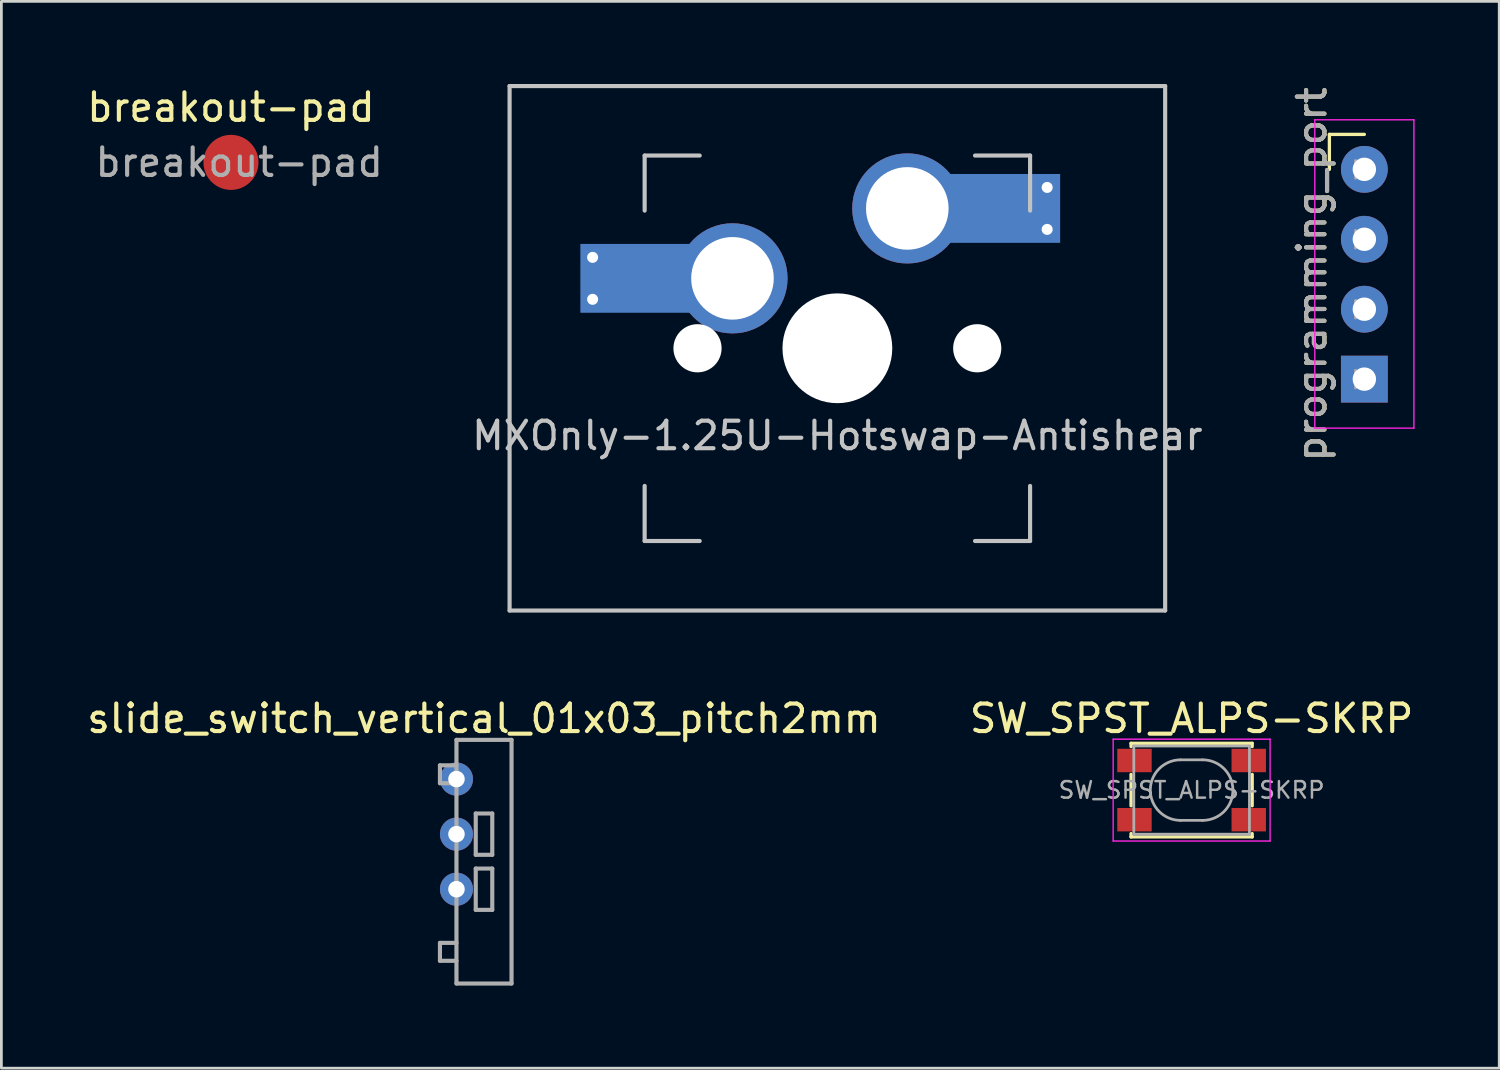
<source format=kicad_pcb>
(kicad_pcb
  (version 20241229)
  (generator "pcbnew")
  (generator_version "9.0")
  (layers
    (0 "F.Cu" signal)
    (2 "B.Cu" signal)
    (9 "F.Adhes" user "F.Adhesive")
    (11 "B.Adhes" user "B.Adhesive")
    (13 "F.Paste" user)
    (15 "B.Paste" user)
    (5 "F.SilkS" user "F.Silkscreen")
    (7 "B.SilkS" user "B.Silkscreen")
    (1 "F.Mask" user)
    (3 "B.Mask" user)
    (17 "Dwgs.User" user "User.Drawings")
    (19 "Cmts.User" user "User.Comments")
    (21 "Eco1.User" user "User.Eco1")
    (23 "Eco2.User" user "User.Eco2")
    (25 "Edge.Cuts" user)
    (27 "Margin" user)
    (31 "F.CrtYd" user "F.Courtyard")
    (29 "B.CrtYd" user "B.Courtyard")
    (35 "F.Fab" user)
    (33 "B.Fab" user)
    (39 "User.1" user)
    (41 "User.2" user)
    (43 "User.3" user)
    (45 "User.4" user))
  (footprint "breakout-pad"
    (layer "F.Cu")
    (at 5.339 2.848)
    (property "Reference" "breakout-pad" (at 0 -2 0) (layer "F.SilkS") (effects (font (size 1 1) (thickness 0.15))))
    (attr exclude_from_pos_files exclude_from_bom)
    (fp_text user "${REFERENCE}" (at 0.3 0 0) (layer "F.Fab") (effects (font (size 1 1) (thickness 0.15))))
    (pad "1" smd circle (at 0 0) (size 2 2) (layers "F.Cu" "F.Mask")))
  (footprint "programming_port"
    (layer "F.Cu")
    (at 46.506 3.101)
    (property "Reference" "programming_port" (at -1.905 3.81 270) (layer "F.SilkS") (effects (font (size 1 1) (thickness 0.15))))
    (attr through_hole)
    (fp_line (start -1.27 -1.27) (end 0 -1.27) (stroke (width 0.12) (type solid)) (layer "F.SilkS"))
    (fp_line (start -1.27 0) (end -1.27 -1.27) (stroke (width 0.12) (type solid)) (layer "F.SilkS"))
    (fp_line (start -1.8 -1.8) (end -1.8 9.4) (stroke (width 0.05) (type solid)) (layer "F.CrtYd"))
    (fp_line (start -1.8 9.4) (end 1.8 9.4) (stroke (width 0.05) (type solid)) (layer "F.CrtYd"))
    (fp_line (start 1.8 -1.8) (end -1.8 -1.8) (stroke (width 0.05) (type solid)) (layer "F.CrtYd"))
    (fp_line (start 1.8 9.4) (end 1.8 -1.8) (stroke (width 0.05) (type solid)) (layer "F.CrtYd"))
    (fp_line (start -0.32 -0.32) (end -0.32 0.32) (stroke (width 0.1) (type solid)) (layer "F.Fab"))
    (fp_line (start -0.32 2.22) (end -0.32 2.86) (stroke (width 0.1) (type solid)) (layer "F.Fab"))
    (fp_line (start -0.32 4.76) (end -0.32 5.4) (stroke (width 0.1) (type solid)) (layer "F.Fab"))
    (fp_line (start -0.32 7.3) (end -0.32 7.94) (stroke (width 0.1) (type solid)) (layer "F.Fab"))
    (fp_text user "${REFERENCE}" (at -1.905 3.81 90) (layer "F.Fab") (effects (font (size 1 1) (thickness 0.15))))
    (pad "1" thru_hole rect (at 0 7.62) (size 1.7 1.7) (drill 0.85) (layers "*.Cu" "*.Mask"))
    (pad "2" thru_hole oval (at 0 5.08) (size 1.7 1.7) (drill 0.85) (layers "*.Cu" "*.Mask"))
    (pad "3" thru_hole oval (at 0 2.54) (size 1.7 1.7) (drill 0.85) (layers "*.Cu" "*.Mask"))
    (pad "4" thru_hole circle (at 0 0) (size 1.7 1.7) (drill 0.85) (layers "*.Cu" "*.Mask")))
  (footprint "slide_switch_vertical_01x03_pitch2mm"
    (layer "F.Cu")
    (at 13.53 25.248)
    (property "Reference" "slide_switch_vertical_01x03_pitch2mm" (at 1 -2.2 180) (layer "F.SilkS") (effects (font (size 1 1) (thickness 0.15))))
    (attr through_hole)
    (fp_line (start -0.6 -0.5) (end -0.6 0.15) (stroke (width 0.15) (type solid)) (layer "F.Fab"))
    (fp_line (start -0.6 0.15) (end 0 0.15) (stroke (width 0.15) (type solid)) (layer "F.Fab"))
    (fp_line (start -0.6 5.95) (end -0.6 6.6) (stroke (width 0.15) (type solid)) (layer "F.Fab"))
    (fp_line (start -0.6 6.6) (end 0 6.6) (stroke (width 0.15) (type solid)) (layer "F.Fab"))
    (fp_line (start 0 -1.425) (end 2 -1.425) (stroke (width 0.15) (type solid)) (layer "F.Fab"))
    (fp_line (start 0 -0.5) (end -0.6 -0.5) (stroke (width 0.15) (type solid)) (layer "F.Fab"))
    (fp_line (start 0 5.95) (end -0.6 5.95) (stroke (width 0.15) (type solid)) (layer "F.Fab"))
    (fp_line (start 0 7.425) (end 0 -1.425) (stroke (width 0.15) (type solid)) (layer "F.Fab"))
    (fp_line (start 0 7.425) (end 2 7.425) (stroke (width 0.15) (type solid)) (layer "F.Fab"))
    (fp_line (start 0.7 1.25) (end 0.7 2.75) (stroke (width 0.15) (type solid)) (layer "F.Fab"))
    (fp_line (start 0.7 1.25) (end 1.3 1.25) (stroke (width 0.15) (type solid)) (layer "F.Fab"))
    (fp_line (start 0.7 2.75) (end 1.3 2.75) (stroke (width 0.15) (type solid)) (layer "F.Fab"))
    (fp_line (start 0.7 3.25) (end 0.7 4.75) (stroke (width 0.15) (type solid)) (layer "F.Fab"))
    (fp_line (start 0.7 3.25) (end 1.3 3.25) (stroke (width 0.15) (type solid)) (layer "F.Fab"))
    (fp_line (start 0.7 4.75) (end 1.3 4.75) (stroke (width 0.15) (type solid)) (layer "F.Fab"))
    (fp_line (start 1.3 1.25) (end 1.3 2.75) (stroke (width 0.15) (type solid)) (layer "F.Fab"))
    (fp_line (start 1.3 3.25) (end 1.3 4.75) (stroke (width 0.15) (type solid)) (layer "F.Fab"))
    (fp_line (start 2 -1.425) (end 2 7.425) (stroke (width 0.15) (type solid)) (layer "F.Fab"))
    (pad "1" thru_hole circle (at 0 0) (size 1.2 1.2) (drill 0.6) (layers "*.Cu" "*.Mask"))
    (pad "2" thru_hole circle (at 0 4) (size 1.2 1.2) (drill 0.6) (layers "*.Cu" "*.Mask"))
    (pad "3" thru_hole circle (at 0 2) (size 1.2 1.2) (drill 0.6) (layers "*.Cu" "*.Mask")))
  (footprint "MXOnly-1.25U-Hotswap-Antishear"
    (layer "F.Cu")
    (at 27.365 9.6)
    (property "Reference" "MXOnly-1.25U-Hotswap-Antishear" (at 0 3.175 180) (layer "Dwgs.User") (effects (font (size 1 1) (thickness 0.15))))
    (attr through_hole)
    (fp_line (start -11.906 -9.525) (end 11.906 -9.525) (stroke (width 0.15) (type solid)) (layer "Dwgs.User"))
    (fp_line (start -11.906 9.525) (end -11.906 -9.525) (stroke (width 0.15) (type solid)) (layer "Dwgs.User"))
    (fp_line (start -7 -7) (end -7 -5) (stroke (width 0.15) (type solid)) (layer "Dwgs.User"))
    (fp_line (start -7 5) (end -7 7) (stroke (width 0.15) (type solid)) (layer "Dwgs.User"))
    (fp_line (start -7 7) (end -5 7) (stroke (width 0.15) (type solid)) (layer "Dwgs.User"))
    (fp_line (start -5 -7) (end -7 -7) (stroke (width 0.15) (type solid)) (layer "Dwgs.User"))
    (fp_line (start 5 -7) (end 7 -7) (stroke (width 0.15) (type solid)) (layer "Dwgs.User"))
    (fp_line (start 5 7) (end 7 7) (stroke (width 0.15) (type solid)) (layer "Dwgs.User"))
    (fp_line (start 7 -7) (end 7 -5) (stroke (width 0.15) (type solid)) (layer "Dwgs.User"))
    (fp_line (start 7 7) (end 7 5) (stroke (width 0.15) (type solid)) (layer "Dwgs.User"))
    (fp_line (start 11.906 -9.525) (end 11.906 9.525) (stroke (width 0.15) (type solid)) (layer "Dwgs.User"))
    (fp_line (start 11.906 9.525) (end -11.906 9.525) (stroke (width 0.15) (type solid)) (layer "Dwgs.User"))
    (pad "" smd rect (at -7.085 -2.54) (size 2.55 2.5) (layers "B.Mask" "B.Paste"))
    (pad "" np_thru_hole circle (at -5.08 0 48.1) (size 1.75 1.75) (drill 1.75) (layers "*.Cu" "*.Mask"))
    (pad "" np_thru_hole circle (at 0 0) (size 3.988 3.988) (drill 3.988) (layers "*.Cu" "*.Mask"))
    (pad "" np_thru_hole circle (at 5.08 0 48.1) (size 1.75 1.75) (drill 1.75) (layers "*.Cu" "*.Mask"))
    (pad "" smd rect (at 5.815 -5.08) (size 2.55 2.5) (layers "B.Mask" "B.Paste"))
    (pad "1" thru_hole circle (at -8.89 -3.302) (size 0.8 0.8) (drill 0.4) (layers "*.Cu"))
    (pad "1" thru_hole circle (at -8.89 -1.778) (size 0.8 0.8) (drill 0.4) (layers "*.Cu"))
    (pad "1" smd rect (at -7.085 -2.54) (size 4.5 2.5) (layers "B.Cu"))
    (pad "1" thru_hole circle (at -3.81 -2.54) (size 4 4) (drill 3) (layers "*.Cu"))
    (pad "2" thru_hole circle (at 2.54 -5.08) (size 4 4) (drill 3) (layers "*.Cu"))
    (pad "2" smd rect (at 5.842 -5.08) (size 4.5 2.5) (layers "B.Cu"))
    (pad "2" thru_hole circle (at 7.62 -5.842) (size 0.8 0.8) (drill 0.4) (layers "*.Cu"))
    (pad "2" thru_hole circle (at 7.62 -4.318) (size 0.8 0.8) (drill 0.4) (layers "*.Cu")))
  (footprint "SW_SPST_ALPS-SKRP"
    (layer "F.Cu")
    (at 40.232 25.648)
    (property "Reference" "SW_SPST_ALPS-SKRP" (at 0 -2.6 0) (layer "F.SilkS") (effects (font (size 1 1) (thickness 0.15))))
    (attr smd)
    (fp_line (start -2.2 -1.7) (end -2.2 -1.58) (stroke (width 0.12) (type solid)) (layer "F.SilkS"))
    (fp_line (start -2.2 -0.57) (end -2.2 0.57) (stroke (width 0.12) (type solid)) (layer "F.SilkS"))
    (fp_line (start -2.2 1.58) (end -2.2 1.7) (stroke (width 0.12) (type solid)) (layer "F.SilkS"))
    (fp_line (start -2.2 1.7) (end 2.2 1.7) (stroke (width 0.12) (type solid)) (layer "F.SilkS"))
    (fp_line (start 2.2 -1.7) (end -2.2 -1.7) (stroke (width 0.12) (type solid)) (layer "F.SilkS"))
    (fp_line (start 2.2 -1.58) (end 2.2 -1.7) (stroke (width 0.12) (type solid)) (layer "F.SilkS"))
    (fp_line (start 2.2 0.57) (end 2.2 -0.57) (stroke (width 0.12) (type solid)) (layer "F.SilkS"))
    (fp_line (start 2.2 1.7) (end 2.2 1.58) (stroke (width 0.12) (type solid)) (layer "F.SilkS"))
    (fp_line (start -2.85 -1.85) (end 2.85 -1.85) (stroke (width 0.05) (type solid)) (layer "F.CrtYd"))
    (fp_line (start -2.85 1.85) (end -2.85 -1.85) (stroke (width 0.05) (type solid)) (layer "F.CrtYd"))
    (fp_line (start 2.85 -1.85) (end 2.85 1.85) (stroke (width 0.05) (type solid)) (layer "F.CrtYd"))
    (fp_line (start 2.85 1.85) (end -2.85 1.85) (stroke (width 0.05) (type solid)) (layer "F.CrtYd"))
    (fp_line (start -2.1 -1.6) (end -2.1 1.6) (stroke (width 0.1) (type solid)) (layer "F.Fab"))
    (fp_line (start -2.1 1.6) (end 2.1 1.6) (stroke (width 0.1) (type solid)) (layer "F.Fab"))
    (fp_line (start -0.4 -1.1) (end 0.4 -1.1) (stroke (width 0.1) (type solid)) (layer "F.Fab"))
    (fp_line (start 0.4 1.1) (end -0.4 1.1) (stroke (width 0.1) (type solid)) (layer "F.Fab"))
    (fp_line (start 2.1 -1.6) (end -2.1 -1.6) (stroke (width 0.1) (type solid)) (layer "F.Fab"))
    (fp_line (start 2.1 1.6) (end 2.1 -1.6) (stroke (width 0.1) (type solid)) (layer "F.Fab"))
    (fp_arc (start -0.4 1.1) (mid -1.5 0) (end -0.4 -1.1) (stroke (width 0.1) (type solid)) (layer "F.Fab"))
    (fp_arc (start 0.4 -1.1) (mid 1.5 0) (end 0.4 1.1) (stroke (width 0.1) (type solid)) (layer "F.Fab"))
    (fp_text user "${REFERENCE}" (at 0 0 0) (layer "F.Fab") (effects (font (size 0.6 0.6) (thickness 0.09))))
    (pad "1" smd rect (at -2.075 -1.075) (size 1.25 0.85) (layers "F.Cu" "F.Mask" "F.Paste"))
    (pad "1" smd rect (at 2.075 -1.075) (size 1.25 0.85) (layers "F.Cu" "F.Mask" "F.Paste"))
    (pad "2" smd rect (at -2.075 1.075) (size 1.25 0.85) (layers "F.Cu" "F.Mask" "F.Paste"))
    (pad "2" smd rect (at 2.075 1.075) (size 1.25 0.85) (layers "F.Cu" "F.Mask" "F.Paste")))
  (gr_rect
    (start -3 -3)
    (end 51.405 35.748)
    (stroke (width 0.1) (type default))
    (fill no)
    (layer "Edge.Cuts")))
</source>
